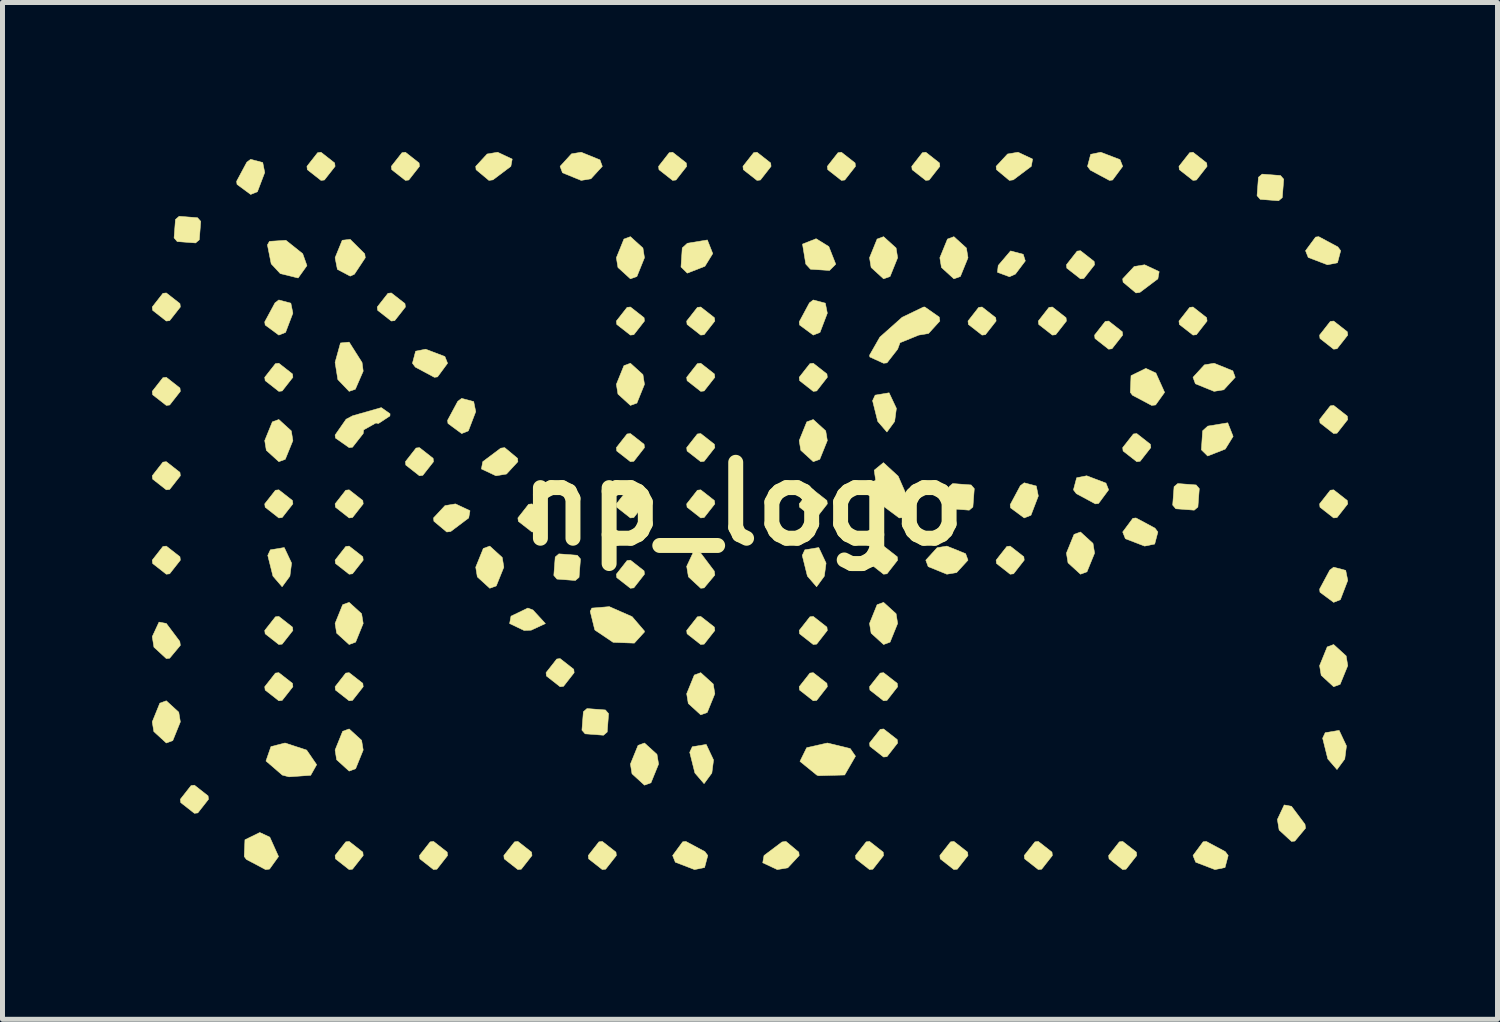
<source format=kicad_pcb>
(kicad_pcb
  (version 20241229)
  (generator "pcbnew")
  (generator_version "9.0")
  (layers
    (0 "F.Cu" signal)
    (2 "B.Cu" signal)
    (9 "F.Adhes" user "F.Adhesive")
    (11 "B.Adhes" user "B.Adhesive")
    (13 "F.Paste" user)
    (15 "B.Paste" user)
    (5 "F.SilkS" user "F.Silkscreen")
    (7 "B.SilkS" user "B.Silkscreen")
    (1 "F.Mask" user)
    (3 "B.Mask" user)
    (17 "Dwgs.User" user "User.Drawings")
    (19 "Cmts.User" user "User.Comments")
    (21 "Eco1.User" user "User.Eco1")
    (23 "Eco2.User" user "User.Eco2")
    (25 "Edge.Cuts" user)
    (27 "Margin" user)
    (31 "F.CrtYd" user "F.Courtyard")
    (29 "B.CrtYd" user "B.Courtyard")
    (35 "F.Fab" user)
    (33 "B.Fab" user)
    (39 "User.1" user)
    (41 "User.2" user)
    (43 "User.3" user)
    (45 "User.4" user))
  (footprint "np_logo"
    (layer "F.Cu")
    (at 11.858 7.061)
    (property "Reference" "np_logo" (at 0 0 0) (layer "F.SilkS") (effects (font (size 1.524 1.524) (thickness 0.3))))
    (attr through_hole)
    (fp_poly (pts (xy -9.057 1.188) (xy -9.091 1.45) (xy -9.247 1.663) (xy -9.431 1.449) (xy -9.535 1.034) (xy -9.483 0.922) (xy -9.204 0.876) (xy -9.057 1.188)) (stroke (width 0.01) (type solid)) (fill yes) (layer "F.SilkS"))
    (fp_poly (pts (xy -4.214 2.129) (xy -3.964 2.401) (xy -4.249 2.534) (xy -4.391 2.54) (xy -4.682 2.401) (xy -4.654 2.253) (xy -4.316 2.09) (xy -4.214 2.129)) (stroke (width 0.01) (type solid)) (fill yes) (layer "F.SilkS"))
    (fp_poly (pts (xy -0.606 -5.023) (xy -0.763 -4.768) (xy -1.117 -4.63) (xy -1.243 -4.754) (xy -1.218 -5.136) (xy -1.115 -5.23) (xy -0.714 -5.296) (xy -0.606 -5.023)) (stroke (width 0.01) (type solid)) (fill yes) (layer "F.SilkS"))
    (fp_poly (pts (xy -0.59 5.139) (xy -0.624 5.401) (xy -0.78 5.614) (xy -0.964 5.4) (xy -1.068 4.985) (xy -1.016 4.873) (xy -0.737 4.827) (xy -0.59 5.139)) (stroke (width 0.01) (type solid)) (fill yes) (layer "F.SilkS"))
    (fp_poly (pts (xy 1.668 1.188) (xy 1.633 1.45) (xy 1.478 1.663) (xy 1.293 1.449) (xy 1.19 1.034) (xy 1.242 0.922) (xy 1.521 0.876) (xy 1.668 1.188)) (stroke (width 0.01) (type solid)) (fill yes) (layer "F.SilkS"))
    (fp_poly (pts (xy 1.723 -5.164) (xy 1.862 -4.81) (xy 1.737 -4.684) (xy 1.355 -4.709) (xy 1.261 -4.812) (xy 1.195 -5.213) (xy 1.468 -5.321) (xy 1.723 -5.164)) (stroke (width 0.01) (type solid)) (fill yes) (layer "F.SilkS"))
    (fp_poly (pts (xy 3.079 -1.917) (xy 3.044 -1.654) (xy 2.889 -1.442) (xy 2.705 -1.655) (xy 2.601 -2.071) (xy 2.653 -2.182) (xy 2.932 -2.229) (xy 3.079 -1.917)) (stroke (width 0.01) (type solid)) (fill yes) (layer "F.SilkS"))
    (fp_poly (pts (xy 5.624 -5.008) (xy 5.666 -4.875) (xy 5.467 -4.611) (xy 5.348 -4.558) (xy 5.107 -4.647) (xy 5.122 -4.784) (xy 5.37 -5.076) (xy 5.624 -5.008)) (stroke (width 0.01) (type solid)) (fill yes) (layer "F.SilkS"))
    (fp_poly (pts (xy 9.836 -1.354) (xy 9.679 -1.1) (xy 9.325 -0.961) (xy 9.199 -1.085) (xy 9.224 -1.467) (xy 9.328 -1.561) (xy 9.728 -1.627) (xy 9.836 -1.354)) (stroke (width 0.01) (type solid)) (fill yes) (layer "F.SilkS"))
    (fp_poly (pts (xy 12.11 4.857) (xy 12.076 5.119) (xy 11.92 5.331) (xy 11.736 5.118) (xy 11.632 4.702) (xy 11.684 4.591) (xy 11.963 4.545) (xy 12.11 4.857)) (stroke (width 0.01) (type solid)) (fill yes) (layer "F.SilkS"))
    (fp_poly (pts (xy -11.571 2.399) (xy -11.3 2.76) (xy -11.289 2.839) (xy -11.504 3.097) (xy -11.571 3.104) (xy -11.819 2.875) (xy -11.853 2.664) (xy -11.717 2.372) (xy -11.571 2.399)) (stroke (width 0.01) (type solid)) (fill yes) (layer "F.SilkS"))
    (fp_poly (pts (xy -11.321 4.18) (xy -11.289 4.374) (xy -11.441 4.75) (xy -11.571 4.798) (xy -11.821 4.569) (xy -11.853 4.374) (xy -11.701 3.999) (xy -11.571 3.951) (xy -11.321 4.18)) (stroke (width 0.01) (type solid)) (fill yes) (layer "F.SilkS"))
    (fp_poly (pts (xy -11.297 -4.019) (xy -11.289 -3.951) (xy -11.504 -3.677) (xy -11.571 -3.669) (xy -11.845 -3.884) (xy -11.853 -3.951) (xy -11.639 -4.225) (xy -11.571 -4.233) (xy -11.297 -4.019)) (stroke (width 0.01) (type solid)) (fill yes) (layer "F.SilkS"))
    (fp_poly (pts (xy -11.297 -2.325) (xy -11.289 -2.258) (xy -11.504 -1.984) (xy -11.571 -1.976) (xy -11.845 -2.19) (xy -11.853 -2.258) (xy -11.639 -2.532) (xy -11.571 -2.54) (xy -11.297 -2.325)) (stroke (width 0.01) (type solid)) (fill yes) (layer "F.SilkS"))
    (fp_poly (pts (xy -11.297 -0.632) (xy -11.289 -0.564) (xy -11.504 -0.29) (xy -11.571 -0.282) (xy -11.845 -0.497) (xy -11.853 -0.564) (xy -11.639 -0.838) (xy -11.571 -0.847) (xy -11.297 -0.632)) (stroke (width 0.01) (type solid)) (fill yes) (layer "F.SilkS"))
    (fp_poly (pts (xy -11.297 1.061) (xy -11.289 1.129) (xy -11.504 1.403) (xy -11.571 1.411) (xy -11.845 1.196) (xy -11.853 1.129) (xy -11.639 0.855) (xy -11.571 0.847) (xy -11.297 1.061)) (stroke (width 0.01) (type solid)) (fill yes) (layer "F.SilkS"))
    (fp_poly (pts (xy -10.944 -5.742) (xy -10.88 -5.669) (xy -10.909 -5.3) (xy -10.983 -5.236) (xy -11.352 -5.264) (xy -11.415 -5.338) (xy -11.387 -5.707) (xy -11.313 -5.771) (xy -10.944 -5.742)) (stroke (width 0.01) (type solid)) (fill yes) (layer "F.SilkS"))
    (fp_poly (pts (xy -10.733 5.859) (xy -10.724 5.927) (xy -10.939 6.201) (xy -11.007 6.209) (xy -11.281 5.994) (xy -11.289 5.927) (xy -11.074 5.653) (xy -11.007 5.644) (xy -10.733 5.859)) (stroke (width 0.01) (type solid)) (fill yes) (layer "F.SilkS"))
    (fp_poly (pts (xy -9.636 -6.85) (xy -9.596 -6.649) (xy -9.743 -6.263) (xy -9.878 -6.209) (xy -10.152 -6.411) (xy -10.16 -6.474) (xy -9.955 -6.857) (xy -9.878 -6.914) (xy -9.636 -6.85)) (stroke (width 0.01) (type solid)) (fill yes) (layer "F.SilkS"))
    (fp_poly (pts (xy -9.494 6.687) (xy -9.319 7.076) (xy -9.5 7.328) (xy -9.579 7.338) (xy -9.964 7.134) (xy -10.007 7.075) (xy -9.993 6.74) (xy -9.695 6.594) (xy -9.494 6.687)) (stroke (width 0.01) (type solid)) (fill yes) (layer "F.SilkS"))
    (fp_poly (pts (xy -9.072 -4.028) (xy -9.031 -3.827) (xy -9.178 -3.441) (xy -9.313 -3.387) (xy -9.587 -3.589) (xy -9.596 -3.652) (xy -9.39 -4.034) (xy -9.313 -4.092) (xy -9.072 -4.028)) (stroke (width 0.01) (type solid)) (fill yes) (layer "F.SilkS"))
    (fp_poly (pts (xy -9.063 -1.465) (xy -9.031 -1.27) (xy -9.184 -0.894) (xy -9.313 -0.847) (xy -9.564 -1.075) (xy -9.596 -1.27) (xy -9.443 -1.646) (xy -9.313 -1.693) (xy -9.063 -1.465)) (stroke (width 0.01) (type solid)) (fill yes) (layer "F.SilkS"))
    (fp_poly (pts (xy -9.039 -2.607) (xy -9.031 -2.54) (xy -9.246 -2.266) (xy -9.313 -2.258) (xy -9.587 -2.473) (xy -9.596 -2.54) (xy -9.381 -2.814) (xy -9.313 -2.822) (xy -9.039 -2.607)) (stroke (width 0.01) (type solid)) (fill yes) (layer "F.SilkS"))
    (fp_poly (pts (xy -9.039 -0.067) (xy -9.031 0) (xy -9.246 0.274) (xy -9.313 0.282) (xy -9.587 0.067) (xy -9.596 0) (xy -9.381 -0.274) (xy -9.313 -0.282) (xy -9.039 -0.067)) (stroke (width 0.01) (type solid)) (fill yes) (layer "F.SilkS"))
    (fp_poly (pts (xy -9.039 2.473) (xy -9.031 2.54) (xy -9.246 2.814) (xy -9.313 2.822) (xy -9.587 2.607) (xy -9.596 2.54) (xy -9.381 2.266) (xy -9.313 2.258) (xy -9.039 2.473)) (stroke (width 0.01) (type solid)) (fill yes) (layer "F.SilkS"))
    (fp_poly (pts (xy -9.039 3.601) (xy -9.031 3.669) (xy -9.246 3.943) (xy -9.313 3.951) (xy -9.587 3.736) (xy -9.596 3.669) (xy -9.381 3.395) (xy -9.313 3.387) (xy -9.039 3.601)) (stroke (width 0.01) (type solid)) (fill yes) (layer "F.SilkS"))
    (fp_poly (pts (xy -8.834 -5.02) (xy -8.749 -4.781) (xy -8.926 -4.533) (xy -9.284 -4.621) (xy -9.466 -4.817) (xy -9.542 -5.197) (xy -9.501 -5.268) (xy -9.171 -5.289) (xy -8.834 -5.02)) (stroke (width 0.01) (type solid)) (fill yes) (layer "F.SilkS"))
    (fp_poly (pts (xy -8.755 4.94) (xy -8.554 5.233) (xy -8.674 5.446) (xy -9.109 5.477) (xy -9.243 5.442) (xy -9.571 5.159) (xy -9.471 4.87) (xy -9.189 4.798) (xy -8.755 4.94)) (stroke (width 0.01) (type solid)) (fill yes) (layer "F.SilkS"))
    (fp_poly (pts (xy -8.193 -6.841) (xy -8.184 -6.773) (xy -8.399 -6.499) (xy -8.467 -6.491) (xy -8.741 -6.706) (xy -8.749 -6.773) (xy -8.534 -7.047) (xy -8.467 -7.056) (xy -8.193 -6.841)) (stroke (width 0.01) (type solid)) (fill yes) (layer "F.SilkS"))
    (fp_poly (pts (xy -7.652 2.204) (xy -7.62 2.399) (xy -7.772 2.774) (xy -7.902 2.822) (xy -8.153 2.594) (xy -8.184 2.399) (xy -8.032 2.023) (xy -7.902 1.976) (xy -7.652 2.204)) (stroke (width 0.01) (type solid)) (fill yes) (layer "F.SilkS"))
    (fp_poly (pts (xy -7.652 4.744) (xy -7.62 4.939) (xy -7.772 5.314) (xy -7.902 5.362) (xy -8.153 5.134) (xy -8.184 4.939) (xy -8.032 4.563) (xy -7.902 4.516) (xy -7.652 4.744)) (stroke (width 0.01) (type solid)) (fill yes) (layer "F.SilkS"))
    (fp_poly (pts (xy -7.643 -2.837) (xy -7.62 -2.664) (xy -7.778 -2.3) (xy -7.902 -2.258) (xy -8.129 -2.495) (xy -8.184 -2.839) (xy -8.076 -3.229) (xy -7.902 -3.246) (xy -7.643 -2.837)) (stroke (width 0.01) (type solid)) (fill yes) (layer "F.SilkS"))
    (fp_poly (pts (xy -7.628 -0.067) (xy -7.62 0) (xy -7.835 0.274) (xy -7.902 0.282) (xy -8.176 0.067) (xy -8.184 0) (xy -7.97 -0.274) (xy -7.902 -0.282) (xy -7.628 -0.067)) (stroke (width 0.01) (type solid)) (fill yes) (layer "F.SilkS"))
    (fp_poly (pts (xy -7.628 1.061) (xy -7.62 1.129) (xy -7.835 1.403) (xy -7.902 1.411) (xy -8.176 1.196) (xy -8.184 1.129) (xy -7.97 0.855) (xy -7.902 0.847) (xy -7.628 1.061)) (stroke (width 0.01) (type solid)) (fill yes) (layer "F.SilkS"))
    (fp_poly (pts (xy -7.628 3.601) (xy -7.62 3.669) (xy -7.835 3.943) (xy -7.902 3.951) (xy -8.176 3.736) (xy -8.184 3.669) (xy -7.97 3.395) (xy -7.902 3.387) (xy -7.628 3.601)) (stroke (width 0.01) (type solid)) (fill yes) (layer "F.SilkS"))
    (fp_poly (pts (xy -7.628 6.988) (xy -7.62 7.056) (xy -7.835 7.33) (xy -7.902 7.338) (xy -8.176 7.123) (xy -8.184 7.056) (xy -7.97 6.782) (xy -7.902 6.773) (xy -7.628 6.988)) (stroke (width 0.01) (type solid)) (fill yes) (layer "F.SilkS"))
    (fp_poly (pts (xy -7.589 -5.017) (xy -7.578 -4.939) (xy -7.797 -4.608) (xy -7.881 -4.57) (xy -8.138 -4.706) (xy -8.184 -4.939) (xy -8.041 -5.29) (xy -7.881 -5.308) (xy -7.589 -5.017)) (stroke (width 0.01) (type solid)) (fill yes) (layer "F.SilkS"))
    (fp_poly (pts (xy -6.782 -4.019) (xy -6.773 -3.951) (xy -6.988 -3.677) (xy -7.056 -3.669) (xy -7.33 -3.884) (xy -7.338 -3.951) (xy -7.123 -4.225) (xy -7.056 -4.233) (xy -6.782 -4.019)) (stroke (width 0.01) (type solid)) (fill yes) (layer "F.SilkS"))
    (fp_poly (pts (xy -6.499 -6.841) (xy -6.491 -6.773) (xy -6.706 -6.499) (xy -6.773 -6.491) (xy -7.047 -6.706) (xy -7.056 -6.773) (xy -6.841 -7.047) (xy -6.773 -7.056) (xy -6.499 -6.841)) (stroke (width 0.01) (type solid)) (fill yes) (layer "F.SilkS"))
    (fp_poly (pts (xy -6.217 -0.914) (xy -6.209 -0.847) (xy -6.424 -0.573) (xy -6.491 -0.564) (xy -6.765 -0.779) (xy -6.773 -0.847) (xy -6.559 -1.121) (xy -6.491 -1.129) (xy -6.217 -0.914)) (stroke (width 0.01) (type solid)) (fill yes) (layer "F.SilkS"))
    (fp_poly (pts (xy -5.981 -2.957) (xy -5.927 -2.822) (xy -6.129 -2.548) (xy -6.192 -2.54) (xy -6.574 -2.745) (xy -6.632 -2.822) (xy -6.568 -3.064) (xy -6.367 -3.104) (xy -5.981 -2.957)) (stroke (width 0.01) (type solid)) (fill yes) (layer "F.SilkS"))
    (fp_poly (pts (xy -5.935 6.988) (xy -5.927 7.056) (xy -6.141 7.33) (xy -6.209 7.338) (xy -6.483 7.123) (xy -6.491 7.056) (xy -6.276 6.782) (xy -6.209 6.773) (xy -5.935 6.988)) (stroke (width 0.01) (type solid)) (fill yes) (layer "F.SilkS"))
    (fp_poly (pts (xy -5.477 0.137) (xy -5.503 0.282) (xy -5.864 0.554) (xy -5.943 0.564) (xy -6.201 0.349) (xy -6.209 0.282) (xy -5.979 0.035) (xy -5.769 0) (xy -5.477 0.137)) (stroke (width 0.01) (type solid)) (fill yes) (layer "F.SilkS"))
    (fp_poly (pts (xy -5.403 -2.053) (xy -5.362 -1.851) (xy -5.51 -1.465) (xy -5.644 -1.411) (xy -5.919 -1.614) (xy -5.927 -1.677) (xy -5.722 -2.059) (xy -5.644 -2.117) (xy -5.403 -2.053)) (stroke (width 0.01) (type solid)) (fill yes) (layer "F.SilkS"))
    (fp_poly (pts (xy -4.83 1.075) (xy -4.798 1.27) (xy -4.95 1.646) (xy -5.08 1.693) (xy -5.33 1.465) (xy -5.362 1.27) (xy -5.21 0.894) (xy -5.08 0.847) (xy -4.83 1.075)) (stroke (width 0.01) (type solid)) (fill yes) (layer "F.SilkS"))
    (fp_poly (pts (xy -4.63 -6.919) (xy -4.657 -6.773) (xy -5.017 -6.502) (xy -5.097 -6.491) (xy -5.355 -6.706) (xy -5.362 -6.773) (xy -5.133 -7.021) (xy -4.922 -7.056) (xy -4.63 -6.919)) (stroke (width 0.01) (type solid)) (fill yes) (layer "F.SilkS"))
    (fp_poly (pts (xy -4.523 -0.914) (xy -4.516 -0.847) (xy -4.745 -0.599) (xy -4.956 -0.564) (xy -5.248 -0.701) (xy -5.221 -0.847) (xy -4.86 -1.118) (xy -4.781 -1.129) (xy -4.523 -0.914)) (stroke (width 0.01) (type solid)) (fill yes) (layer "F.SilkS"))
    (fp_poly (pts (xy -4.242 6.988) (xy -4.233 7.056) (xy -4.448 7.33) (xy -4.516 7.338) (xy -4.79 7.123) (xy -4.798 7.056) (xy -4.583 6.782) (xy -4.516 6.773) (xy -4.242 6.988)) (stroke (width 0.01) (type solid)) (fill yes) (layer "F.SilkS"))
    (fp_poly (pts (xy -3.959 0.215) (xy -3.951 0.282) (xy -4.166 0.556) (xy -4.233 0.564) (xy -4.507 0.35) (xy -4.516 0.282) (xy -4.301 0.008) (xy -4.233 0) (xy -3.959 0.215)) (stroke (width 0.01) (type solid)) (fill yes) (layer "F.SilkS"))
    (fp_poly (pts (xy -3.395 3.319) (xy -3.387 3.387) (xy -3.601 3.661) (xy -3.669 3.669) (xy -3.943 3.454) (xy -3.951 3.387) (xy -3.736 3.113) (xy -3.669 3.104) (xy -3.395 3.319)) (stroke (width 0.01) (type solid)) (fill yes) (layer "F.SilkS"))
    (fp_poly (pts (xy -3.324 1.031) (xy -3.26 1.105) (xy -3.289 1.474) (xy -3.363 1.537) (xy -3.732 1.509) (xy -3.795 1.435) (xy -3.767 1.066) (xy -3.693 1.003) (xy -3.324 1.031)) (stroke (width 0.01) (type solid)) (fill yes) (layer "F.SilkS"))
    (fp_poly (pts (xy -2.87 -6.903) (xy -2.822 -6.773) (xy -3.051 -6.523) (xy -3.246 -6.491) (xy -3.621 -6.644) (xy -3.669 -6.773) (xy -3.44 -7.024) (xy -3.246 -7.056) (xy -2.87 -6.903)) (stroke (width 0.01) (type solid)) (fill yes) (layer "F.SilkS"))
    (fp_poly (pts (xy -2.76 4.135) (xy -2.696 4.209) (xy -2.724 4.578) (xy -2.798 4.642) (xy -3.167 4.614) (xy -3.231 4.54) (xy -3.202 4.171) (xy -3.129 4.107) (xy -2.76 4.135)) (stroke (width 0.01) (type solid)) (fill yes) (layer "F.SilkS"))
    (fp_poly (pts (xy -2.548 6.988) (xy -2.54 7.056) (xy -2.755 7.33) (xy -2.822 7.338) (xy -3.096 7.123) (xy -3.104 7.056) (xy -2.89 6.782) (xy -2.822 6.773) (xy -2.548 6.988)) (stroke (width 0.01) (type solid)) (fill yes) (layer "F.SilkS"))
    (fp_poly (pts (xy -2.007 -5.134) (xy -1.976 -4.939) (xy -2.128 -4.563) (xy -2.258 -4.516) (xy -2.508 -4.744) (xy -2.54 -4.939) (xy -2.388 -5.314) (xy -2.258 -5.362) (xy -2.007 -5.134)) (stroke (width 0.01) (type solid)) (fill yes) (layer "F.SilkS"))
    (fp_poly (pts (xy -2.007 -2.594) (xy -1.976 -2.399) (xy -2.128 -2.023) (xy -2.258 -1.976) (xy -2.508 -2.204) (xy -2.54 -2.399) (xy -2.388 -2.774) (xy -2.258 -2.822) (xy -2.007 -2.594)) (stroke (width 0.01) (type solid)) (fill yes) (layer "F.SilkS"))
    (fp_poly (pts (xy -1.984 -3.736) (xy -1.976 -3.669) (xy -2.19 -3.395) (xy -2.258 -3.387) (xy -2.532 -3.601) (xy -2.54 -3.669) (xy -2.325 -3.943) (xy -2.258 -3.951) (xy -1.984 -3.736)) (stroke (width 0.01) (type solid)) (fill yes) (layer "F.SilkS"))
    (fp_poly (pts (xy -1.984 -1.196) (xy -1.976 -1.129) (xy -2.19 -0.855) (xy -2.258 -0.847) (xy -2.532 -1.061) (xy -2.54 -1.129) (xy -2.325 -1.403) (xy -2.258 -1.411) (xy -1.984 -1.196)) (stroke (width 0.01) (type solid)) (fill yes) (layer "F.SilkS"))
    (fp_poly (pts (xy -1.984 -0.067) (xy -1.976 0) (xy -2.19 0.274) (xy -2.258 0.282) (xy -2.532 0.067) (xy -2.54 0) (xy -2.325 -0.274) (xy -2.258 -0.282) (xy -1.984 -0.067)) (stroke (width 0.01) (type solid)) (fill yes) (layer "F.SilkS"))
    (fp_poly (pts (xy -1.984 1.344) (xy -1.976 1.411) (xy -2.19 1.685) (xy -2.258 1.693) (xy -2.532 1.479) (xy -2.54 1.411) (xy -2.325 1.137) (xy -2.258 1.129) (xy -1.984 1.344)) (stroke (width 0.01) (type solid)) (fill yes) (layer "F.SilkS"))
    (fp_poly (pts (xy -1.725 5.026) (xy -1.693 5.221) (xy -1.846 5.597) (xy -1.976 5.644) (xy -2.226 5.416) (xy -2.258 5.221) (xy -2.105 4.846) (xy -1.976 4.798) (xy -1.725 5.026)) (stroke (width 0.01) (type solid)) (fill yes) (layer "F.SilkS"))
    (fp_poly (pts (xy -1.137 -6.841) (xy -1.129 -6.773) (xy -1.344 -6.499) (xy -1.411 -6.491) (xy -1.685 -6.706) (xy -1.693 -6.773) (xy -1.479 -7.047) (xy -1.411 -7.056) (xy -1.137 -6.841)) (stroke (width 0.01) (type solid)) (fill yes) (layer "F.SilkS"))
    (fp_poly (pts (xy -0.847 0.988) (xy -0.575 1.349) (xy -0.564 1.428) (xy -0.78 1.686) (xy -0.847 1.693) (xy -1.094 1.464) (xy -1.129 1.253) (xy -0.992 0.961) (xy -0.847 0.988)) (stroke (width 0.01) (type solid)) (fill yes) (layer "F.SilkS"))
    (fp_poly (pts (xy -0.763 6.978) (xy -0.706 7.056) (xy -0.77 7.297) (xy -0.971 7.338) (xy -1.357 7.19) (xy -1.411 7.056) (xy -1.209 6.781) (xy -1.146 6.773) (xy -0.763 6.978)) (stroke (width 0.01) (type solid)) (fill yes) (layer "F.SilkS"))
    (fp_poly (pts (xy -0.596 3.615) (xy -0.564 3.81) (xy -0.717 4.186) (xy -0.847 4.233) (xy -1.097 4.005) (xy -1.129 3.81) (xy -0.976 3.434) (xy -0.847 3.387) (xy -0.596 3.615)) (stroke (width 0.01) (type solid)) (fill yes) (layer "F.SilkS"))
    (fp_poly (pts (xy -0.573 -3.736) (xy -0.564 -3.669) (xy -0.779 -3.395) (xy -0.847 -3.387) (xy -1.121 -3.601) (xy -1.129 -3.669) (xy -0.914 -3.943) (xy -0.847 -3.951) (xy -0.573 -3.736)) (stroke (width 0.01) (type solid)) (fill yes) (layer "F.SilkS"))
    (fp_poly (pts (xy -0.573 -2.607) (xy -0.564 -2.54) (xy -0.779 -2.266) (xy -0.847 -2.258) (xy -1.121 -2.473) (xy -1.129 -2.54) (xy -0.914 -2.814) (xy -0.847 -2.822) (xy -0.573 -2.607)) (stroke (width 0.01) (type solid)) (fill yes) (layer "F.SilkS"))
    (fp_poly (pts (xy -0.573 -1.196) (xy -0.564 -1.129) (xy -0.779 -0.855) (xy -0.847 -0.847) (xy -1.121 -1.061) (xy -1.129 -1.129) (xy -0.914 -1.403) (xy -0.847 -1.411) (xy -0.573 -1.196)) (stroke (width 0.01) (type solid)) (fill yes) (layer "F.SilkS"))
    (fp_poly (pts (xy -0.573 -0.067) (xy -0.564 0) (xy -0.779 0.274) (xy -0.847 0.282) (xy -1.121 0.067) (xy -1.129 0) (xy -0.914 -0.274) (xy -0.847 -0.282) (xy -0.573 -0.067)) (stroke (width 0.01) (type solid)) (fill yes) (layer "F.SilkS"))
    (fp_poly (pts (xy -0.573 2.473) (xy -0.564 2.54) (xy -0.779 2.814) (xy -0.847 2.822) (xy -1.121 2.607) (xy -1.129 2.54) (xy -0.914 2.266) (xy -0.847 2.258) (xy -0.573 2.473)) (stroke (width 0.01) (type solid)) (fill yes) (layer "F.SilkS"))
    (fp_poly (pts (xy 0.556 -6.841) (xy 0.564 -6.773) (xy 0.35 -6.499) (xy 0.282 -6.491) (xy 0.008 -6.706) (xy 0 -6.773) (xy 0.215 -7.047) (xy 0.282 -7.056) (xy 0.556 -6.841)) (stroke (width 0.01) (type solid)) (fill yes) (layer "F.SilkS"))
    (fp_poly (pts (xy 1.121 6.989) (xy 1.129 7.056) (xy 0.899 7.303) (xy 0.689 7.338) (xy 0.397 7.201) (xy 0.423 7.056) (xy 0.784 6.784) (xy 0.863 6.773) (xy 1.121 6.989)) (stroke (width 0.01) (type solid)) (fill yes) (layer "F.SilkS"))
    (fp_poly (pts (xy 1.653 -4.028) (xy 1.693 -3.827) (xy 1.546 -3.441) (xy 1.411 -3.387) (xy 1.137 -3.589) (xy 1.129 -3.652) (xy 1.334 -4.034) (xy 1.411 -4.092) (xy 1.653 -4.028)) (stroke (width 0.01) (type solid)) (fill yes) (layer "F.SilkS"))
    (fp_poly (pts (xy 1.661 -1.465) (xy 1.693 -1.27) (xy 1.541 -0.894) (xy 1.411 -0.847) (xy 1.161 -1.075) (xy 1.129 -1.27) (xy 1.281 -1.646) (xy 1.411 -1.693) (xy 1.661 -1.465)) (stroke (width 0.01) (type solid)) (fill yes) (layer "F.SilkS"))
    (fp_poly (pts (xy 1.685 -2.607) (xy 1.693 -2.54) (xy 1.479 -2.266) (xy 1.411 -2.258) (xy 1.137 -2.473) (xy 1.129 -2.54) (xy 1.344 -2.814) (xy 1.411 -2.822) (xy 1.685 -2.607)) (stroke (width 0.01) (type solid)) (fill yes) (layer "F.SilkS"))
    (fp_poly (pts (xy 1.685 -0.067) (xy 1.693 0) (xy 1.479 0.274) (xy 1.411 0.282) (xy 1.137 0.067) (xy 1.129 0) (xy 1.344 -0.274) (xy 1.411 -0.282) (xy 1.685 -0.067)) (stroke (width 0.01) (type solid)) (fill yes) (layer "F.SilkS"))
    (fp_poly (pts (xy 1.685 2.473) (xy 1.693 2.54) (xy 1.479 2.814) (xy 1.411 2.822) (xy 1.137 2.607) (xy 1.129 2.54) (xy 1.344 2.266) (xy 1.411 2.258) (xy 1.685 2.473)) (stroke (width 0.01) (type solid)) (fill yes) (layer "F.SilkS"))
    (fp_poly (pts (xy 1.685 3.601) (xy 1.693 3.669) (xy 1.479 3.943) (xy 1.411 3.951) (xy 1.137 3.736) (xy 1.129 3.669) (xy 1.344 3.395) (xy 1.411 3.387) (xy 1.685 3.601)) (stroke (width 0.01) (type solid)) (fill yes) (layer "F.SilkS"))
    (fp_poly (pts (xy 2.152 4.909) (xy 2.258 5.063) (xy 2.041 5.44) (xy 1.517 5.454) (xy 1.482 5.442) (xy 1.144 5.167) (xy 1.279 4.892) (xy 1.693 4.798) (xy 2.152 4.909)) (stroke (width 0.01) (type solid)) (fill yes) (layer "F.SilkS"))
    (fp_poly (pts (xy 2.25 -6.841) (xy 2.258 -6.773) (xy 2.043 -6.499) (xy 1.976 -6.491) (xy 1.702 -6.706) (xy 1.693 -6.773) (xy 1.908 -7.047) (xy 1.976 -7.056) (xy 2.25 -6.841)) (stroke (width 0.01) (type solid)) (fill yes) (layer "F.SilkS"))
    (fp_poly (pts (xy 2.814 6.988) (xy 2.822 7.056) (xy 2.607 7.33) (xy 2.54 7.338) (xy 2.266 7.123) (xy 2.258 7.056) (xy 2.473 6.782) (xy 2.54 6.773) (xy 2.814 6.988)) (stroke (width 0.01) (type solid)) (fill yes) (layer "F.SilkS"))
    (fp_poly (pts (xy 3.073 -5.134) (xy 3.104 -4.939) (xy 2.952 -4.563) (xy 2.822 -4.516) (xy 2.572 -4.744) (xy 2.54 -4.939) (xy 2.692 -5.314) (xy 2.822 -5.362) (xy 3.073 -5.134)) (stroke (width 0.01) (type solid)) (fill yes) (layer "F.SilkS"))
    (fp_poly (pts (xy 3.073 2.204) (xy 3.104 2.399) (xy 2.952 2.774) (xy 2.822 2.822) (xy 2.572 2.594) (xy 2.54 2.399) (xy 2.692 2.023) (xy 2.822 1.976) (xy 3.073 2.204)) (stroke (width 0.01) (type solid)) (fill yes) (layer "F.SilkS"))
    (fp_poly (pts (xy 3.096 1.061) (xy 3.104 1.129) (xy 2.89 1.403) (xy 2.822 1.411) (xy 2.548 1.196) (xy 2.54 1.129) (xy 2.755 0.855) (xy 2.822 0.847) (xy 3.096 1.061)) (stroke (width 0.01) (type solid)) (fill yes) (layer "F.SilkS"))
    (fp_poly (pts (xy 3.096 3.601) (xy 3.104 3.669) (xy 2.89 3.943) (xy 2.822 3.951) (xy 2.548 3.736) (xy 2.54 3.669) (xy 2.755 3.395) (xy 2.822 3.387) (xy 3.096 3.601)) (stroke (width 0.01) (type solid)) (fill yes) (layer "F.SilkS"))
    (fp_poly (pts (xy 3.096 4.73) (xy 3.104 4.798) (xy 2.89 5.072) (xy 2.822 5.08) (xy 2.548 4.865) (xy 2.54 4.798) (xy 2.755 4.524) (xy 2.822 4.516) (xy 3.096 4.73)) (stroke (width 0.01) (type solid)) (fill yes) (layer "F.SilkS"))
    (fp_poly (pts (xy 3.115 -0.556) (xy 3.368 0.021) (xy 3.212 0.275) (xy 3.135 0.282) (xy 2.832 0.056) (xy 2.705 -0.182) (xy 2.634 -0.676) (xy 2.819 -0.828) (xy 3.115 -0.556)) (stroke (width 0.01) (type solid)) (fill yes) (layer "F.SilkS"))
    (fp_poly (pts (xy 3.943 -6.841) (xy 3.951 -6.773) (xy 3.736 -6.499) (xy 3.669 -6.491) (xy 3.395 -6.706) (xy 3.387 -6.773) (xy 3.601 -7.047) (xy 3.669 -7.056) (xy 3.943 -6.841)) (stroke (width 0.01) (type solid)) (fill yes) (layer "F.SilkS"))
    (fp_poly (pts (xy 4.468 0.999) (xy 4.516 1.129) (xy 4.287 1.379) (xy 4.092 1.411) (xy 3.717 1.259) (xy 3.669 1.129) (xy 3.897 0.879) (xy 4.092 0.847) (xy 4.468 0.999)) (stroke (width 0.01) (type solid)) (fill yes) (layer "F.SilkS"))
    (fp_poly (pts (xy 4.484 -5.134) (xy 4.516 -4.939) (xy 4.363 -4.563) (xy 4.233 -4.516) (xy 3.983 -4.744) (xy 3.951 -4.939) (xy 4.104 -5.314) (xy 4.233 -5.362) (xy 4.484 -5.134)) (stroke (width 0.01) (type solid)) (fill yes) (layer "F.SilkS"))
    (fp_poly (pts (xy 4.507 6.988) (xy 4.516 7.056) (xy 4.301 7.33) (xy 4.233 7.338) (xy 3.959 7.123) (xy 3.951 7.056) (xy 4.166 6.782) (xy 4.233 6.773) (xy 4.507 6.988)) (stroke (width 0.01) (type solid)) (fill yes) (layer "F.SilkS"))
    (fp_poly (pts (xy 4.578 -0.38) (xy 4.642 -0.306) (xy 4.614 0.063) (xy 4.54 0.126) (xy 4.171 0.098) (xy 4.107 0.024) (xy 4.135 -0.345) (xy 4.209 -0.408) (xy 4.578 -0.38)) (stroke (width 0.01) (type solid)) (fill yes) (layer "F.SilkS"))
    (fp_poly (pts (xy 5.072 -3.736) (xy 5.08 -3.669) (xy 4.865 -3.395) (xy 4.798 -3.387) (xy 4.524 -3.601) (xy 4.516 -3.669) (xy 4.73 -3.943) (xy 4.798 -3.951) (xy 5.072 -3.736)) (stroke (width 0.01) (type solid)) (fill yes) (layer "F.SilkS"))
    (fp_poly (pts (xy 5.636 1.061) (xy 5.644 1.129) (xy 5.43 1.403) (xy 5.362 1.411) (xy 5.088 1.196) (xy 5.08 1.129) (xy 5.295 0.855) (xy 5.362 0.847) (xy 5.636 1.061)) (stroke (width 0.01) (type solid)) (fill yes) (layer "F.SilkS"))
    (fp_poly (pts (xy 5.812 -6.919) (xy 5.786 -6.773) (xy 5.425 -6.502) (xy 5.346 -6.491) (xy 5.088 -6.706) (xy 5.08 -6.773) (xy 5.31 -7.021) (xy 5.52 -7.056) (xy 5.812 -6.919)) (stroke (width 0.01) (type solid)) (fill yes) (layer "F.SilkS"))
    (fp_poly (pts (xy 5.886 -0.359) (xy 5.927 -0.158) (xy 5.779 0.228) (xy 5.644 0.282) (xy 5.37 0.08) (xy 5.362 0.017) (xy 5.567 -0.366) (xy 5.644 -0.423) (xy 5.886 -0.359)) (stroke (width 0.01) (type solid)) (fill yes) (layer "F.SilkS"))
    (fp_poly (pts (xy 6.201 6.988) (xy 6.209 7.056) (xy 5.994 7.33) (xy 5.927 7.338) (xy 5.653 7.123) (xy 5.644 7.056) (xy 5.859 6.782) (xy 5.927 6.773) (xy 6.201 6.988)) (stroke (width 0.01) (type solid)) (fill yes) (layer "F.SilkS"))
    (fp_poly (pts (xy 6.483 -3.736) (xy 6.491 -3.669) (xy 6.276 -3.395) (xy 6.209 -3.387) (xy 5.935 -3.601) (xy 5.927 -3.669) (xy 6.141 -3.943) (xy 6.209 -3.951) (xy 6.483 -3.736)) (stroke (width 0.01) (type solid)) (fill yes) (layer "F.SilkS"))
    (fp_poly (pts (xy 7.024 0.793) (xy 7.056 0.988) (xy 6.903 1.363) (xy 6.773 1.411) (xy 6.523 1.183) (xy 6.491 0.988) (xy 6.644 0.612) (xy 6.773 0.564) (xy 7.024 0.793)) (stroke (width 0.01) (type solid)) (fill yes) (layer "F.SilkS"))
    (fp_poly (pts (xy 7.047 -4.865) (xy 7.056 -4.798) (xy 6.841 -4.524) (xy 6.773 -4.516) (xy 6.499 -4.73) (xy 6.491 -4.798) (xy 6.706 -5.072) (xy 6.773 -5.08) (xy 7.047 -4.865)) (stroke (width 0.01) (type solid)) (fill yes) (layer "F.SilkS"))
    (fp_poly (pts (xy 7.284 -0.417) (xy 7.338 -0.282) (xy 7.135 -0.008) (xy 7.072 0) (xy 6.69 -0.205) (xy 6.632 -0.282) (xy 6.696 -0.524) (xy 6.898 -0.564) (xy 7.284 -0.417)) (stroke (width 0.01) (type solid)) (fill yes) (layer "F.SilkS"))
    (fp_poly (pts (xy 7.566 -6.908) (xy 7.62 -6.773) (xy 7.417 -6.499) (xy 7.354 -6.491) (xy 6.972 -6.696) (xy 6.914 -6.773) (xy 6.978 -7.015) (xy 7.18 -7.056) (xy 7.566 -6.908)) (stroke (width 0.01) (type solid)) (fill yes) (layer "F.SilkS"))
    (fp_poly (pts (xy 7.612 -3.454) (xy 7.62 -3.387) (xy 7.405 -3.113) (xy 7.338 -3.104) (xy 7.064 -3.319) (xy 7.056 -3.387) (xy 7.27 -3.661) (xy 7.338 -3.669) (xy 7.612 -3.454)) (stroke (width 0.01) (type solid)) (fill yes) (layer "F.SilkS"))
    (fp_poly (pts (xy 7.894 6.988) (xy 7.902 7.056) (xy 7.687 7.33) (xy 7.62 7.338) (xy 7.346 7.123) (xy 7.338 7.056) (xy 7.553 6.782) (xy 7.62 6.773) (xy 7.894 6.988)) (stroke (width 0.01) (type solid)) (fill yes) (layer "F.SilkS"))
    (fp_poly (pts (xy 8.176 -1.196) (xy 8.184 -1.129) (xy 7.97 -0.855) (xy 7.902 -0.847) (xy 7.628 -1.061) (xy 7.62 -1.129) (xy 7.835 -1.403) (xy 7.902 -1.411) (xy 8.176 -1.196)) (stroke (width 0.01) (type solid)) (fill yes) (layer "F.SilkS"))
    (fp_poly (pts (xy 8.268 0.487) (xy 8.326 0.564) (xy 8.262 0.806) (xy 8.06 0.847) (xy 7.674 0.699) (xy 7.62 0.564) (xy 7.823 0.29) (xy 7.886 0.282) (xy 8.268 0.487)) (stroke (width 0.01) (type solid)) (fill yes) (layer "F.SilkS"))
    (fp_poly (pts (xy 8.286 -2.626) (xy 8.461 -2.238) (xy 8.28 -1.985) (xy 8.201 -1.976) (xy 7.816 -2.18) (xy 7.773 -2.238) (xy 7.787 -2.573) (xy 8.085 -2.719) (xy 8.286 -2.626)) (stroke (width 0.01) (type solid)) (fill yes) (layer "F.SilkS"))
    (fp_poly (pts (xy 8.352 -4.661) (xy 8.326 -4.516) (xy 7.965 -4.244) (xy 7.886 -4.233) (xy 7.628 -4.449) (xy 7.62 -4.516) (xy 7.85 -4.763) (xy 8.06 -4.798) (xy 8.352 -4.661)) (stroke (width 0.01) (type solid)) (fill yes) (layer "F.SilkS"))
    (fp_poly (pts (xy 9.094 -0.38) (xy 9.157 -0.306) (xy 9.129 0.063) (xy 9.055 0.126) (xy 8.686 0.098) (xy 8.623 0.024) (xy 8.651 -0.345) (xy 8.725 -0.408) (xy 9.094 -0.38)) (stroke (width 0.01) (type solid)) (fill yes) (layer "F.SilkS"))
    (fp_poly (pts (xy 9.305 -6.841) (xy 9.313 -6.773) (xy 9.099 -6.499) (xy 9.031 -6.491) (xy 8.757 -6.706) (xy 8.749 -6.773) (xy 8.964 -7.047) (xy 9.031 -7.056) (xy 9.305 -6.841)) (stroke (width 0.01) (type solid)) (fill yes) (layer "F.SilkS"))
    (fp_poly (pts (xy 9.305 -3.736) (xy 9.313 -3.669) (xy 9.099 -3.395) (xy 9.031 -3.387) (xy 8.757 -3.601) (xy 8.749 -3.669) (xy 8.964 -3.943) (xy 9.031 -3.951) (xy 9.305 -3.736)) (stroke (width 0.01) (type solid)) (fill yes) (layer "F.SilkS"))
    (fp_poly (pts (xy 9.679 6.978) (xy 9.737 7.056) (xy 9.673 7.297) (xy 9.471 7.338) (xy 9.085 7.19) (xy 9.031 7.056) (xy 9.234 6.781) (xy 9.297 6.773) (xy 9.679 6.978)) (stroke (width 0.01) (type solid)) (fill yes) (layer "F.SilkS"))
    (fp_poly (pts (xy 9.83 -2.67) (xy 9.878 -2.54) (xy 9.649 -2.29) (xy 9.454 -2.258) (xy 9.079 -2.41) (xy 9.031 -2.54) (xy 9.26 -2.79) (xy 9.454 -2.822) (xy 9.83 -2.67)) (stroke (width 0.01) (type solid)) (fill yes) (layer "F.SilkS"))
    (fp_poly (pts (xy 10.787 -6.589) (xy 10.851 -6.515) (xy 10.822 -6.146) (xy 10.749 -6.083) (xy 10.38 -6.111) (xy 10.316 -6.185) (xy 10.344 -6.554) (xy 10.418 -6.617) (xy 10.787 -6.589)) (stroke (width 0.01) (type solid)) (fill yes) (layer "F.SilkS"))
    (fp_poly (pts (xy 11.007 6.068) (xy 11.278 6.429) (xy 11.289 6.508) (xy 11.074 6.766) (xy 11.007 6.773) (xy 10.759 6.544) (xy 10.724 6.333) (xy 10.861 6.041) (xy 11.007 6.068)) (stroke (width 0.01) (type solid)) (fill yes) (layer "F.SilkS"))
    (fp_poly (pts (xy 11.937 -5.157) (xy 11.994 -5.08) (xy 11.93 -4.838) (xy 11.729 -4.798) (xy 11.343 -4.945) (xy 11.289 -5.08) (xy 11.491 -5.354) (xy 11.554 -5.362) (xy 11.937 -5.157)) (stroke (width 0.01) (type solid)) (fill yes) (layer "F.SilkS"))
    (fp_poly (pts (xy 12.095 1.334) (xy 12.136 1.536) (xy 11.988 1.922) (xy 11.853 1.976) (xy 11.579 1.773) (xy 11.571 1.71) (xy 11.776 1.328) (xy 11.853 1.27) (xy 12.095 1.334)) (stroke (width 0.01) (type solid)) (fill yes) (layer "F.SilkS"))
    (fp_poly (pts (xy 12.104 3.051) (xy 12.136 3.246) (xy 11.983 3.621) (xy 11.853 3.669) (xy 11.603 3.44) (xy 11.571 3.246) (xy 11.724 2.87) (xy 11.853 2.822) (xy 12.104 3.051)) (stroke (width 0.01) (type solid)) (fill yes) (layer "F.SilkS"))
    (fp_poly (pts (xy 12.127 -3.454) (xy 12.136 -3.387) (xy 11.921 -3.113) (xy 11.853 -3.104) (xy 11.579 -3.319) (xy 11.571 -3.387) (xy 11.786 -3.661) (xy 11.853 -3.669) (xy 12.127 -3.454)) (stroke (width 0.01) (type solid)) (fill yes) (layer "F.SilkS"))
    (fp_poly (pts (xy 12.127 -1.761) (xy 12.136 -1.693) (xy 11.921 -1.419) (xy 11.853 -1.411) (xy 11.579 -1.626) (xy 11.571 -1.693) (xy 11.786 -1.967) (xy 11.853 -1.976) (xy 12.127 -1.761)) (stroke (width 0.01) (type solid)) (fill yes) (layer "F.SilkS"))
    (fp_poly (pts (xy 12.127 -0.067) (xy 12.136 0) (xy 11.921 0.274) (xy 11.853 0.282) (xy 11.579 0.067) (xy 11.571 0) (xy 11.786 -0.274) (xy 11.853 -0.282) (xy 12.127 -0.067)) (stroke (width 0.01) (type solid)) (fill yes) (layer "F.SilkS"))
    (fp_poly (pts (xy -2.224 2.263) (xy -1.977 2.551) (xy -1.976 2.57) (xy -2.18 2.794) (xy -2.605 2.778) (xy -2.967 2.534) (xy -2.975 2.521) (xy -3.065 2.156) (xy -3.032 2.091) (xy -2.681 2.062) (xy -2.224 2.263)) (stroke (width 0.01) (type solid)) (fill yes) (layer "F.SilkS"))
    (fp_poly (pts (xy -7.081 -1.808) (xy -7.084 -1.764) (xy -7.314 -1.613) (xy -7.366 -1.623) (xy -7.611 -1.485) (xy -7.62 -1.411) (xy -7.835 -1.137) (xy -7.902 -1.129) (xy -8.176 -1.321) (xy -8.184 -1.381) (xy -7.963 -1.699) (xy -7.832 -1.768) (xy -7.257 -1.932) (xy -7.081 -1.808)) (stroke (width 0.01) (type solid)) (fill yes) (layer "F.SilkS"))
    (fp_poly (pts (xy 3.939 -3.748) (xy 3.951 -3.669) (xy 3.723 -3.419) (xy 3.528 -3.387) (xy 3.152 -3.234) (xy 3.104 -3.104) (xy 2.89 -2.83) (xy 2.822 -2.822) (xy 2.547 -2.947) (xy 2.54 -2.983) (xy 2.747 -3.346) (xy 3.194 -3.744) (xy 3.623 -3.95) (xy 3.649 -3.951) (xy 3.939 -3.748)) (stroke (width 0.01) (type solid)) (fill yes) (layer "F.SilkS")))
  (gr_rect
    (start -3 -3)
    (end 26.999 17.403)
    (stroke (width 0.1) (type default))
    (fill no)
    (layer "Edge.Cuts")))
</source>
